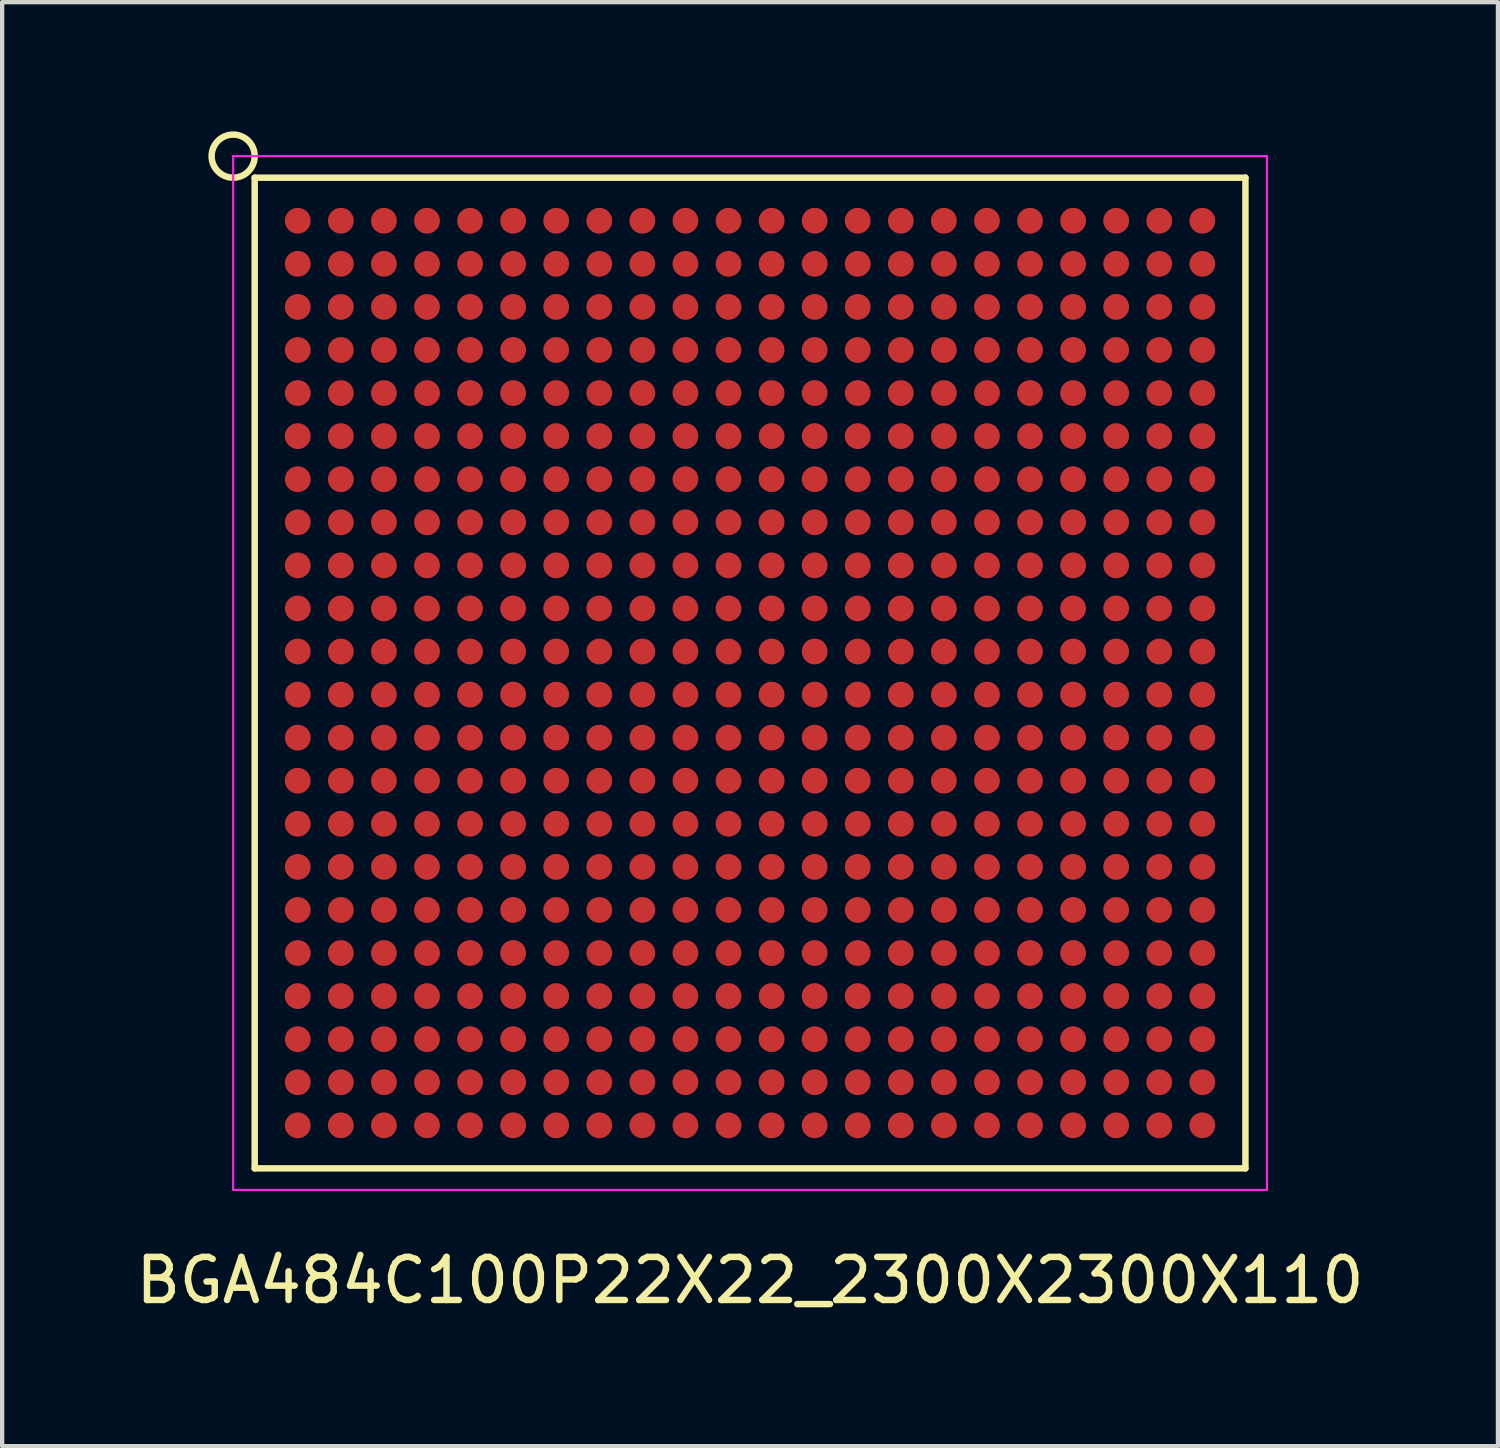
<source format=kicad_pcb>
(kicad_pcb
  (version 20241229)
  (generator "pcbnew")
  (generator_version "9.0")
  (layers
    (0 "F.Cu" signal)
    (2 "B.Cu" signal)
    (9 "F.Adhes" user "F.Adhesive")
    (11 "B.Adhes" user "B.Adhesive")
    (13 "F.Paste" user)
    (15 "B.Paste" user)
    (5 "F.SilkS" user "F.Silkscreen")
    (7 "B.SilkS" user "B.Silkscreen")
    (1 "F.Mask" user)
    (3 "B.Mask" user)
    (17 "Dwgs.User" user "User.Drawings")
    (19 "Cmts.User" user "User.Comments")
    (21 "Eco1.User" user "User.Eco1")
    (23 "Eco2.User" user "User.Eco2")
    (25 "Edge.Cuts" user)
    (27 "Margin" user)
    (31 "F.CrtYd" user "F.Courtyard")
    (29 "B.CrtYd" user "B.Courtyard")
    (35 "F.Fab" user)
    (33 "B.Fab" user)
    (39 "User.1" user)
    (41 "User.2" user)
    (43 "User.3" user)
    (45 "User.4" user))
  (footprint "BGA484C100P22X22_2300X2300X110"
    (layer "F.Cu")
    (at 14.363 12.575)
    (property "Reference" "BGA484C100P22X22_2300X2300X110" (at 0 14.1 0) (layer "F.SilkS") (effects (font (size 1 1) (thickness 0.15))))
    (attr smd)
    (fp_line (start -11.5 -11.5) (end -11.5 11.5) (stroke (width 0.15) (type solid)) (layer "F.SilkS"))
    (fp_line (start -11.5 -11.5) (end 11.5 -11.5) (stroke (width 0.15) (type solid)) (layer "F.SilkS"))
    (fp_line (start -11.5 11.5) (end 11.5 11.5) (stroke (width 0.15) (type solid)) (layer "F.SilkS"))
    (fp_line (start 11.5 -11.5) (end 11.5 11.5) (stroke (width 0.15) (type solid)) (layer "F.SilkS"))
    (fp_circle (center -12 -12) (end -12.5 -12) (stroke (width 0.15) (type solid)) (fill no) (layer "F.SilkS"))
    (fp_line (start -12 -12) (end -12 12) (stroke (width 0.05) (type solid)) (layer "F.CrtYd"))
    (fp_line (start -12 -12) (end 12 -12) (stroke (width 0.05) (type solid)) (layer "F.CrtYd"))
    (fp_line (start -12 12) (end 12 12) (stroke (width 0.05) (type solid)) (layer "F.CrtYd"))
    (fp_line (start 12 -12) (end 12 12) (stroke (width 0.05) (type solid)) (layer "F.CrtYd"))
    (pad "A1" smd circle (at -10.5 -10.5) (size 0.6 0.6) (layers "F.Cu" "F.Mask" "F.Paste"))
    (pad "A2" smd circle (at -9.5 -10.5) (size 0.6 0.6) (layers "F.Cu" "F.Mask" "F.Paste"))
    (pad "A3" smd circle (at -8.5 -10.5) (size 0.6 0.6) (layers "F.Cu" "F.Mask" "F.Paste"))
    (pad "A4" smd circle (at -7.5 -10.5) (size 0.6 0.6) (layers "F.Cu" "F.Mask" "F.Paste"))
    (pad "A5" smd circle (at -6.5 -10.5) (size 0.6 0.6) (layers "F.Cu" "F.Mask" "F.Paste"))
    (pad "A6" smd circle (at -5.5 -10.5) (size 0.6 0.6) (layers "F.Cu" "F.Mask" "F.Paste"))
    (pad "A7" smd circle (at -4.5 -10.5) (size 0.6 0.6) (layers "F.Cu" "F.Mask" "F.Paste"))
    (pad "A8" smd circle (at -3.5 -10.5) (size 0.6 0.6) (layers "F.Cu" "F.Mask" "F.Paste"))
    (pad "A9" smd circle (at -2.5 -10.5) (size 0.6 0.6) (layers "F.Cu" "F.Mask" "F.Paste"))
    (pad "A10" smd circle (at -1.5 -10.5) (size 0.6 0.6) (layers "F.Cu" "F.Mask" "F.Paste"))
    (pad "A11" smd circle (at -0.5 -10.5) (size 0.6 0.6) (layers "F.Cu" "F.Mask" "F.Paste"))
    (pad "A12" smd circle (at 0.5 -10.5) (size 0.6 0.6) (layers "F.Cu" "F.Mask" "F.Paste"))
    (pad "A13" smd circle (at 1.5 -10.5) (size 0.6 0.6) (layers "F.Cu" "F.Mask" "F.Paste"))
    (pad "A14" smd circle (at 2.5 -10.5) (size 0.6 0.6) (layers "F.Cu" "F.Mask" "F.Paste"))
    (pad "A15" smd circle (at 3.5 -10.5) (size 0.6 0.6) (layers "F.Cu" "F.Mask" "F.Paste"))
    (pad "A16" smd circle (at 4.5 -10.5) (size 0.6 0.6) (layers "F.Cu" "F.Mask" "F.Paste"))
    (pad "A17" smd circle (at 5.5 -10.5) (size 0.6 0.6) (layers "F.Cu" "F.Mask" "F.Paste"))
    (pad "A18" smd circle (at 6.5 -10.5) (size 0.6 0.6) (layers "F.Cu" "F.Mask" "F.Paste"))
    (pad "A19" smd circle (at 7.5 -10.5) (size 0.6 0.6) (layers "F.Cu" "F.Mask" "F.Paste"))
    (pad "A20" smd circle (at 8.5 -10.5) (size 0.6 0.6) (layers "F.Cu" "F.Mask" "F.Paste"))
    (pad "A21" smd circle (at 9.5 -10.5) (size 0.6 0.6) (layers "F.Cu" "F.Mask" "F.Paste"))
    (pad "A22" smd circle (at 10.5 -10.5) (size 0.6 0.6) (layers "F.Cu" "F.Mask" "F.Paste"))
    (pad "AA1" smd circle (at -10.5 9.5) (size 0.6 0.6) (layers "F.Cu" "F.Mask" "F.Paste"))
    (pad "AA2" smd circle (at -9.5 9.5) (size 0.6 0.6) (layers "F.Cu" "F.Mask" "F.Paste"))
    (pad "AA3" smd circle (at -8.5 9.5) (size 0.6 0.6) (layers "F.Cu" "F.Mask" "F.Paste"))
    (pad "AA4" smd circle (at -7.5 9.5) (size 0.6 0.6) (layers "F.Cu" "F.Mask" "F.Paste"))
    (pad "AA5" smd circle (at -6.5 9.5) (size 0.6 0.6) (layers "F.Cu" "F.Mask" "F.Paste"))
    (pad "AA6" smd circle (at -5.5 9.5) (size 0.6 0.6) (layers "F.Cu" "F.Mask" "F.Paste"))
    (pad "AA7" smd circle (at -4.5 9.5) (size 0.6 0.6) (layers "F.Cu" "F.Mask" "F.Paste"))
    (pad "AA8" smd circle (at -3.5 9.5) (size 0.6 0.6) (layers "F.Cu" "F.Mask" "F.Paste"))
    (pad "AA9" smd circle (at -2.5 9.5) (size 0.6 0.6) (layers "F.Cu" "F.Mask" "F.Paste"))
    (pad "AA10" smd circle (at -1.5 9.5) (size 0.6 0.6) (layers "F.Cu" "F.Mask" "F.Paste"))
    (pad "AA11" smd circle (at -0.5 9.5) (size 0.6 0.6) (layers "F.Cu" "F.Mask" "F.Paste"))
    (pad "AA12" smd circle (at 0.5 9.5) (size 0.6 0.6) (layers "F.Cu" "F.Mask" "F.Paste"))
    (pad "AA13" smd circle (at 1.5 9.5) (size 0.6 0.6) (layers "F.Cu" "F.Mask" "F.Paste"))
    (pad "AA14" smd circle (at 2.5 9.5) (size 0.6 0.6) (layers "F.Cu" "F.Mask" "F.Paste"))
    (pad "AA15" smd circle (at 3.5 9.5) (size 0.6 0.6) (layers "F.Cu" "F.Mask" "F.Paste"))
    (pad "AA16" smd circle (at 4.5 9.5) (size 0.6 0.6) (layers "F.Cu" "F.Mask" "F.Paste"))
    (pad "AA17" smd circle (at 5.5 9.5) (size 0.6 0.6) (layers "F.Cu" "F.Mask" "F.Paste"))
    (pad "AA18" smd circle (at 6.5 9.5) (size 0.6 0.6) (layers "F.Cu" "F.Mask" "F.Paste"))
    (pad "AA19" smd circle (at 7.5 9.5) (size 0.6 0.6) (layers "F.Cu" "F.Mask" "F.Paste"))
    (pad "AA20" smd circle (at 8.5 9.5) (size 0.6 0.6) (layers "F.Cu" "F.Mask" "F.Paste"))
    (pad "AA21" smd circle (at 9.5 9.5) (size 0.6 0.6) (layers "F.Cu" "F.Mask" "F.Paste"))
    (pad "AA22" smd circle (at 10.5 9.5) (size 0.6 0.6) (layers "F.Cu" "F.Mask" "F.Paste"))
    (pad "AB1" smd circle (at -10.5 10.5) (size 0.6 0.6) (layers "F.Cu" "F.Mask" "F.Paste"))
    (pad "AB2" smd circle (at -9.5 10.5) (size 0.6 0.6) (layers "F.Cu" "F.Mask" "F.Paste"))
    (pad "AB3" smd circle (at -8.5 10.5) (size 0.6 0.6) (layers "F.Cu" "F.Mask" "F.Paste"))
    (pad "AB4" smd circle (at -7.5 10.5) (size 0.6 0.6) (layers "F.Cu" "F.Mask" "F.Paste"))
    (pad "AB5" smd circle (at -6.5 10.5) (size 0.6 0.6) (layers "F.Cu" "F.Mask" "F.Paste"))
    (pad "AB6" smd circle (at -5.5 10.5) (size 0.6 0.6) (layers "F.Cu" "F.Mask" "F.Paste"))
    (pad "AB7" smd circle (at -4.5 10.5) (size 0.6 0.6) (layers "F.Cu" "F.Mask" "F.Paste"))
    (pad "AB8" smd circle (at -3.5 10.5) (size 0.6 0.6) (layers "F.Cu" "F.Mask" "F.Paste"))
    (pad "AB9" smd circle (at -2.5 10.5) (size 0.6 0.6) (layers "F.Cu" "F.Mask" "F.Paste"))
    (pad "AB10" smd circle (at -1.5 10.5) (size 0.6 0.6) (layers "F.Cu" "F.Mask" "F.Paste"))
    (pad "AB11" smd circle (at -0.5 10.5) (size 0.6 0.6) (layers "F.Cu" "F.Mask" "F.Paste"))
    (pad "AB12" smd circle (at 0.5 10.5) (size 0.6 0.6) (layers "F.Cu" "F.Mask" "F.Paste"))
    (pad "AB13" smd circle (at 1.5 10.5) (size 0.6 0.6) (layers "F.Cu" "F.Mask" "F.Paste"))
    (pad "AB14" smd circle (at 2.5 10.5) (size 0.6 0.6) (layers "F.Cu" "F.Mask" "F.Paste"))
    (pad "AB15" smd circle (at 3.5 10.5) (size 0.6 0.6) (layers "F.Cu" "F.Mask" "F.Paste"))
    (pad "AB16" smd circle (at 4.5 10.5) (size 0.6 0.6) (layers "F.Cu" "F.Mask" "F.Paste"))
    (pad "AB17" smd circle (at 5.5 10.5) (size 0.6 0.6) (layers "F.Cu" "F.Mask" "F.Paste"))
    (pad "AB18" smd circle (at 6.5 10.5) (size 0.6 0.6) (layers "F.Cu" "F.Mask" "F.Paste"))
    (pad "AB19" smd circle (at 7.5 10.5) (size 0.6 0.6) (layers "F.Cu" "F.Mask" "F.Paste"))
    (pad "AB20" smd circle (at 8.5 10.5) (size 0.6 0.6) (layers "F.Cu" "F.Mask" "F.Paste"))
    (pad "AB21" smd circle (at 9.5 10.5) (size 0.6 0.6) (layers "F.Cu" "F.Mask" "F.Paste"))
    (pad "AB22" smd circle (at 10.5 10.5) (size 0.6 0.6) (layers "F.Cu" "F.Mask" "F.Paste"))
    (pad "B1" smd circle (at -10.5 -9.5) (size 0.6 0.6) (layers "F.Cu" "F.Mask" "F.Paste"))
    (pad "B2" smd circle (at -9.5 -9.5) (size 0.6 0.6) (layers "F.Cu" "F.Mask" "F.Paste"))
    (pad "B3" smd circle (at -8.5 -9.5) (size 0.6 0.6) (layers "F.Cu" "F.Mask" "F.Paste"))
    (pad "B4" smd circle (at -7.5 -9.5) (size 0.6 0.6) (layers "F.Cu" "F.Mask" "F.Paste"))
    (pad "B5" smd circle (at -6.5 -9.5) (size 0.6 0.6) (layers "F.Cu" "F.Mask" "F.Paste"))
    (pad "B6" smd circle (at -5.5 -9.5) (size 0.6 0.6) (layers "F.Cu" "F.Mask" "F.Paste"))
    (pad "B7" smd circle (at -4.5 -9.5) (size 0.6 0.6) (layers "F.Cu" "F.Mask" "F.Paste"))
    (pad "B8" smd circle (at -3.5 -9.5) (size 0.6 0.6) (layers "F.Cu" "F.Mask" "F.Paste"))
    (pad "B9" smd circle (at -2.5 -9.5) (size 0.6 0.6) (layers "F.Cu" "F.Mask" "F.Paste"))
    (pad "B10" smd circle (at -1.5 -9.5) (size 0.6 0.6) (layers "F.Cu" "F.Mask" "F.Paste"))
    (pad "B11" smd circle (at -0.5 -9.5) (size 0.6 0.6) (layers "F.Cu" "F.Mask" "F.Paste"))
    (pad "B12" smd circle (at 0.5 -9.5) (size 0.6 0.6) (layers "F.Cu" "F.Mask" "F.Paste"))
    (pad "B13" smd circle (at 1.5 -9.5) (size 0.6 0.6) (layers "F.Cu" "F.Mask" "F.Paste"))
    (pad "B14" smd circle (at 2.5 -9.5) (size 0.6 0.6) (layers "F.Cu" "F.Mask" "F.Paste"))
    (pad "B15" smd circle (at 3.5 -9.5) (size 0.6 0.6) (layers "F.Cu" "F.Mask" "F.Paste"))
    (pad "B16" smd circle (at 4.5 -9.5) (size 0.6 0.6) (layers "F.Cu" "F.Mask" "F.Paste"))
    (pad "B17" smd circle (at 5.5 -9.5) (size 0.6 0.6) (layers "F.Cu" "F.Mask" "F.Paste"))
    (pad "B18" smd circle (at 6.5 -9.5) (size 0.6 0.6) (layers "F.Cu" "F.Mask" "F.Paste"))
    (pad "B19" smd circle (at 7.5 -9.5) (size 0.6 0.6) (layers "F.Cu" "F.Mask" "F.Paste"))
    (pad "B20" smd circle (at 8.5 -9.5) (size 0.6 0.6) (layers "F.Cu" "F.Mask" "F.Paste"))
    (pad "B21" smd circle (at 9.5 -9.5) (size 0.6 0.6) (layers "F.Cu" "F.Mask" "F.Paste"))
    (pad "B22" smd circle (at 10.5 -9.5) (size 0.6 0.6) (layers "F.Cu" "F.Mask" "F.Paste"))
    (pad "C1" smd circle (at -10.5 -8.5) (size 0.6 0.6) (layers "F.Cu" "F.Mask" "F.Paste"))
    (pad "C2" smd circle (at -9.5 -8.5) (size 0.6 0.6) (layers "F.Cu" "F.Mask" "F.Paste"))
    (pad "C3" smd circle (at -8.5 -8.5) (size 0.6 0.6) (layers "F.Cu" "F.Mask" "F.Paste"))
    (pad "C4" smd circle (at -7.5 -8.5) (size 0.6 0.6) (layers "F.Cu" "F.Mask" "F.Paste"))
    (pad "C5" smd circle (at -6.5 -8.5) (size 0.6 0.6) (layers "F.Cu" "F.Mask" "F.Paste"))
    (pad "C6" smd circle (at -5.5 -8.5) (size 0.6 0.6) (layers "F.Cu" "F.Mask" "F.Paste"))
    (pad "C7" smd circle (at -4.5 -8.5) (size 0.6 0.6) (layers "F.Cu" "F.Mask" "F.Paste"))
    (pad "C8" smd circle (at -3.5 -8.5) (size 0.6 0.6) (layers "F.Cu" "F.Mask" "F.Paste"))
    (pad "C9" smd circle (at -2.5 -8.5) (size 0.6 0.6) (layers "F.Cu" "F.Mask" "F.Paste"))
    (pad "C10" smd circle (at -1.5 -8.5) (size 0.6 0.6) (layers "F.Cu" "F.Mask" "F.Paste"))
    (pad "C11" smd circle (at -0.5 -8.5) (size 0.6 0.6) (layers "F.Cu" "F.Mask" "F.Paste"))
    (pad "C12" smd circle (at 0.5 -8.5) (size 0.6 0.6) (layers "F.Cu" "F.Mask" "F.Paste"))
    (pad "C13" smd circle (at 1.5 -8.5) (size 0.6 0.6) (layers "F.Cu" "F.Mask" "F.Paste"))
    (pad "C14" smd circle (at 2.5 -8.5) (size 0.6 0.6) (layers "F.Cu" "F.Mask" "F.Paste"))
    (pad "C15" smd circle (at 3.5 -8.5) (size 0.6 0.6) (layers "F.Cu" "F.Mask" "F.Paste"))
    (pad "C16" smd circle (at 4.5 -8.5) (size 0.6 0.6) (layers "F.Cu" "F.Mask" "F.Paste"))
    (pad "C17" smd circle (at 5.5 -8.5) (size 0.6 0.6) (layers "F.Cu" "F.Mask" "F.Paste"))
    (pad "C18" smd circle (at 6.5 -8.5) (size 0.6 0.6) (layers "F.Cu" "F.Mask" "F.Paste"))
    (pad "C19" smd circle (at 7.5 -8.5) (size 0.6 0.6) (layers "F.Cu" "F.Mask" "F.Paste"))
    (pad "C20" smd circle (at 8.5 -8.5) (size 0.6 0.6) (layers "F.Cu" "F.Mask" "F.Paste"))
    (pad "C21" smd circle (at 9.5 -8.5) (size 0.6 0.6) (layers "F.Cu" "F.Mask" "F.Paste"))
    (pad "C22" smd circle (at 10.5 -8.5) (size 0.6 0.6) (layers "F.Cu" "F.Mask" "F.Paste"))
    (pad "D1" smd circle (at -10.5 -7.5) (size 0.6 0.6) (layers "F.Cu" "F.Mask" "F.Paste"))
    (pad "D2" smd circle (at -9.5 -7.5) (size 0.6 0.6) (layers "F.Cu" "F.Mask" "F.Paste"))
    (pad "D3" smd circle (at -8.5 -7.5) (size 0.6 0.6) (layers "F.Cu" "F.Mask" "F.Paste"))
    (pad "D4" smd circle (at -7.5 -7.5) (size 0.6 0.6) (layers "F.Cu" "F.Mask" "F.Paste"))
    (pad "D5" smd circle (at -6.5 -7.5) (size 0.6 0.6) (layers "F.Cu" "F.Mask" "F.Paste"))
    (pad "D6" smd circle (at -5.5 -7.5) (size 0.6 0.6) (layers "F.Cu" "F.Mask" "F.Paste"))
    (pad "D7" smd circle (at -4.5 -7.5) (size 0.6 0.6) (layers "F.Cu" "F.Mask" "F.Paste"))
    (pad "D8" smd circle (at -3.5 -7.5) (size 0.6 0.6) (layers "F.Cu" "F.Mask" "F.Paste"))
    (pad "D9" smd circle (at -2.5 -7.5) (size 0.6 0.6) (layers "F.Cu" "F.Mask" "F.Paste"))
    (pad "D10" smd circle (at -1.5 -7.5) (size 0.6 0.6) (layers "F.Cu" "F.Mask" "F.Paste"))
    (pad "D11" smd circle (at -0.5 -7.5) (size 0.6 0.6) (layers "F.Cu" "F.Mask" "F.Paste"))
    (pad "D12" smd circle (at 0.5 -7.5) (size 0.6 0.6) (layers "F.Cu" "F.Mask" "F.Paste"))
    (pad "D13" smd circle (at 1.5 -7.5) (size 0.6 0.6) (layers "F.Cu" "F.Mask" "F.Paste"))
    (pad "D14" smd circle (at 2.5 -7.5) (size 0.6 0.6) (layers "F.Cu" "F.Mask" "F.Paste"))
    (pad "D15" smd circle (at 3.5 -7.5) (size 0.6 0.6) (layers "F.Cu" "F.Mask" "F.Paste"))
    (pad "D16" smd circle (at 4.5 -7.5) (size 0.6 0.6) (layers "F.Cu" "F.Mask" "F.Paste"))
    (pad "D17" smd circle (at 5.5 -7.5) (size 0.6 0.6) (layers "F.Cu" "F.Mask" "F.Paste"))
    (pad "D18" smd circle (at 6.5 -7.5) (size 0.6 0.6) (layers "F.Cu" "F.Mask" "F.Paste"))
    (pad "D19" smd circle (at 7.5 -7.5) (size 0.6 0.6) (layers "F.Cu" "F.Mask" "F.Paste"))
    (pad "D20" smd circle (at 8.5 -7.5) (size 0.6 0.6) (layers "F.Cu" "F.Mask" "F.Paste"))
    (pad "D21" smd circle (at 9.5 -7.5) (size 0.6 0.6) (layers "F.Cu" "F.Mask" "F.Paste"))
    (pad "D22" smd circle (at 10.5 -7.5) (size 0.6 0.6) (layers "F.Cu" "F.Mask" "F.Paste"))
    (pad "E1" smd circle (at -10.5 -6.5) (size 0.6 0.6) (layers "F.Cu" "F.Mask" "F.Paste"))
    (pad "E2" smd circle (at -9.5 -6.5) (size 0.6 0.6) (layers "F.Cu" "F.Mask" "F.Paste"))
    (pad "E3" smd circle (at -8.5 -6.5) (size 0.6 0.6) (layers "F.Cu" "F.Mask" "F.Paste"))
    (pad "E4" smd circle (at -7.5 -6.5) (size 0.6 0.6) (layers "F.Cu" "F.Mask" "F.Paste"))
    (pad "E5" smd circle (at -6.5 -6.5) (size 0.6 0.6) (layers "F.Cu" "F.Mask" "F.Paste"))
    (pad "E6" smd circle (at -5.5 -6.5) (size 0.6 0.6) (layers "F.Cu" "F.Mask" "F.Paste"))
    (pad "E7" smd circle (at -4.5 -6.5) (size 0.6 0.6) (layers "F.Cu" "F.Mask" "F.Paste"))
    (pad "E8" smd circle (at -3.5 -6.5) (size 0.6 0.6) (layers "F.Cu" "F.Mask" "F.Paste"))
    (pad "E9" smd circle (at -2.5 -6.5) (size 0.6 0.6) (layers "F.Cu" "F.Mask" "F.Paste"))
    (pad "E10" smd circle (at -1.5 -6.5) (size 0.6 0.6) (layers "F.Cu" "F.Mask" "F.Paste"))
    (pad "E11" smd circle (at -0.5 -6.5) (size 0.6 0.6) (layers "F.Cu" "F.Mask" "F.Paste"))
    (pad "E12" smd circle (at 0.5 -6.5) (size 0.6 0.6) (layers "F.Cu" "F.Mask" "F.Paste"))
    (pad "E13" smd circle (at 1.5 -6.5) (size 0.6 0.6) (layers "F.Cu" "F.Mask" "F.Paste"))
    (pad "E14" smd circle (at 2.5 -6.5) (size 0.6 0.6) (layers "F.Cu" "F.Mask" "F.Paste"))
    (pad "E15" smd circle (at 3.5 -6.5) (size 0.6 0.6) (layers "F.Cu" "F.Mask" "F.Paste"))
    (pad "E16" smd circle (at 4.5 -6.5) (size 0.6 0.6) (layers "F.Cu" "F.Mask" "F.Paste"))
    (pad "E17" smd circle (at 5.5 -6.5) (size 0.6 0.6) (layers "F.Cu" "F.Mask" "F.Paste"))
    (pad "E18" smd circle (at 6.5 -6.5) (size 0.6 0.6) (layers "F.Cu" "F.Mask" "F.Paste"))
    (pad "E19" smd circle (at 7.5 -6.5) (size 0.6 0.6) (layers "F.Cu" "F.Mask" "F.Paste"))
    (pad "E20" smd circle (at 8.5 -6.5) (size 0.6 0.6) (layers "F.Cu" "F.Mask" "F.Paste"))
    (pad "E21" smd circle (at 9.5 -6.5) (size 0.6 0.6) (layers "F.Cu" "F.Mask" "F.Paste"))
    (pad "E22" smd circle (at 10.5 -6.5) (size 0.6 0.6) (layers "F.Cu" "F.Mask" "F.Paste"))
    (pad "F1" smd circle (at -10.5 -5.5) (size 0.6 0.6) (layers "F.Cu" "F.Mask" "F.Paste"))
    (pad "F2" smd circle (at -9.5 -5.5) (size 0.6 0.6) (layers "F.Cu" "F.Mask" "F.Paste"))
    (pad "F3" smd circle (at -8.5 -5.5) (size 0.6 0.6) (layers "F.Cu" "F.Mask" "F.Paste"))
    (pad "F4" smd circle (at -7.5 -5.5) (size 0.6 0.6) (layers "F.Cu" "F.Mask" "F.Paste"))
    (pad "F5" smd circle (at -6.5 -5.5) (size 0.6 0.6) (layers "F.Cu" "F.Mask" "F.Paste"))
    (pad "F6" smd circle (at -5.5 -5.5) (size 0.6 0.6) (layers "F.Cu" "F.Mask" "F.Paste"))
    (pad "F7" smd circle (at -4.5 -5.5) (size 0.6 0.6) (layers "F.Cu" "F.Mask" "F.Paste"))
    (pad "F8" smd circle (at -3.5 -5.5) (size 0.6 0.6) (layers "F.Cu" "F.Mask" "F.Paste"))
    (pad "F9" smd circle (at -2.5 -5.5) (size 0.6 0.6) (layers "F.Cu" "F.Mask" "F.Paste"))
    (pad "F10" smd circle (at -1.5 -5.5) (size 0.6 0.6) (layers "F.Cu" "F.Mask" "F.Paste"))
    (pad "F11" smd circle (at -0.5 -5.5) (size 0.6 0.6) (layers "F.Cu" "F.Mask" "F.Paste"))
    (pad "F12" smd circle (at 0.5 -5.5) (size 0.6 0.6) (layers "F.Cu" "F.Mask" "F.Paste"))
    (pad "F13" smd circle (at 1.5 -5.5) (size 0.6 0.6) (layers "F.Cu" "F.Mask" "F.Paste"))
    (pad "F14" smd circle (at 2.5 -5.5) (size 0.6 0.6) (layers "F.Cu" "F.Mask" "F.Paste"))
    (pad "F15" smd circle (at 3.5 -5.5) (size 0.6 0.6) (layers "F.Cu" "F.Mask" "F.Paste"))
    (pad "F16" smd circle (at 4.5 -5.5) (size 0.6 0.6) (layers "F.Cu" "F.Mask" "F.Paste"))
    (pad "F17" smd circle (at 5.5 -5.5) (size 0.6 0.6) (layers "F.Cu" "F.Mask" "F.Paste"))
    (pad "F18" smd circle (at 6.5 -5.5) (size 0.6 0.6) (layers "F.Cu" "F.Mask" "F.Paste"))
    (pad "F19" smd circle (at 7.5 -5.5) (size 0.6 0.6) (layers "F.Cu" "F.Mask" "F.Paste"))
    (pad "F20" smd circle (at 8.5 -5.5) (size 0.6 0.6) (layers "F.Cu" "F.Mask" "F.Paste"))
    (pad "F21" smd circle (at 9.5 -5.5) (size 0.6 0.6) (layers "F.Cu" "F.Mask" "F.Paste"))
    (pad "F22" smd circle (at 10.5 -5.5) (size 0.6 0.6) (layers "F.Cu" "F.Mask" "F.Paste"))
    (pad "G1" smd circle (at -10.5 -4.5) (size 0.6 0.6) (layers "F.Cu" "F.Mask" "F.Paste"))
    (pad "G2" smd circle (at -9.5 -4.5) (size 0.6 0.6) (layers "F.Cu" "F.Mask" "F.Paste"))
    (pad "G3" smd circle (at -8.5 -4.5) (size 0.6 0.6) (layers "F.Cu" "F.Mask" "F.Paste"))
    (pad "G4" smd circle (at -7.5 -4.5) (size 0.6 0.6) (layers "F.Cu" "F.Mask" "F.Paste"))
    (pad "G5" smd circle (at -6.5 -4.5) (size 0.6 0.6) (layers "F.Cu" "F.Mask" "F.Paste"))
    (pad "G6" smd circle (at -5.5 -4.5) (size 0.6 0.6) (layers "F.Cu" "F.Mask" "F.Paste"))
    (pad "G7" smd circle (at -4.5 -4.5) (size 0.6 0.6) (layers "F.Cu" "F.Mask" "F.Paste"))
    (pad "G8" smd circle (at -3.5 -4.5) (size 0.6 0.6) (layers "F.Cu" "F.Mask" "F.Paste"))
    (pad "G9" smd circle (at -2.5 -4.5) (size 0.6 0.6) (layers "F.Cu" "F.Mask" "F.Paste"))
    (pad "G10" smd circle (at -1.5 -4.5) (size 0.6 0.6) (layers "F.Cu" "F.Mask" "F.Paste"))
    (pad "G11" smd circle (at -0.5 -4.5) (size 0.6 0.6) (layers "F.Cu" "F.Mask" "F.Paste"))
    (pad "G12" smd circle (at 0.5 -4.5) (size 0.6 0.6) (layers "F.Cu" "F.Mask" "F.Paste"))
    (pad "G13" smd circle (at 1.5 -4.5) (size 0.6 0.6) (layers "F.Cu" "F.Mask" "F.Paste"))
    (pad "G14" smd circle (at 2.5 -4.5) (size 0.6 0.6) (layers "F.Cu" "F.Mask" "F.Paste"))
    (pad "G15" smd circle (at 3.5 -4.5) (size 0.6 0.6) (layers "F.Cu" "F.Mask" "F.Paste"))
    (pad "G16" smd circle (at 4.5 -4.5) (size 0.6 0.6) (layers "F.Cu" "F.Mask" "F.Paste"))
    (pad "G17" smd circle (at 5.5 -4.5) (size 0.6 0.6) (layers "F.Cu" "F.Mask" "F.Paste"))
    (pad "G18" smd circle (at 6.5 -4.5) (size 0.6 0.6) (layers "F.Cu" "F.Mask" "F.Paste"))
    (pad "G19" smd circle (at 7.5 -4.5) (size 0.6 0.6) (layers "F.Cu" "F.Mask" "F.Paste"))
    (pad "G20" smd circle (at 8.5 -4.5) (size 0.6 0.6) (layers "F.Cu" "F.Mask" "F.Paste"))
    (pad "G21" smd circle (at 9.5 -4.5) (size 0.6 0.6) (layers "F.Cu" "F.Mask" "F.Paste"))
    (pad "G22" smd circle (at 10.5 -4.5) (size 0.6 0.6) (layers "F.Cu" "F.Mask" "F.Paste"))
    (pad "H1" smd circle (at -10.5 -3.5) (size 0.6 0.6) (layers "F.Cu" "F.Mask" "F.Paste"))
    (pad "H2" smd circle (at -9.5 -3.5) (size 0.6 0.6) (layers "F.Cu" "F.Mask" "F.Paste"))
    (pad "H3" smd circle (at -8.5 -3.5) (size 0.6 0.6) (layers "F.Cu" "F.Mask" "F.Paste"))
    (pad "H4" smd circle (at -7.5 -3.5) (size 0.6 0.6) (layers "F.Cu" "F.Mask" "F.Paste"))
    (pad "H5" smd circle (at -6.5 -3.5) (size 0.6 0.6) (layers "F.Cu" "F.Mask" "F.Paste"))
    (pad "H6" smd circle (at -5.5 -3.5) (size 0.6 0.6) (layers "F.Cu" "F.Mask" "F.Paste"))
    (pad "H7" smd circle (at -4.5 -3.5) (size 0.6 0.6) (layers "F.Cu" "F.Mask" "F.Paste"))
    (pad "H8" smd circle (at -3.5 -3.5) (size 0.6 0.6) (layers "F.Cu" "F.Mask" "F.Paste"))
    (pad "H9" smd circle (at -2.5 -3.5) (size 0.6 0.6) (layers "F.Cu" "F.Mask" "F.Paste"))
    (pad "H10" smd circle (at -1.5 -3.5) (size 0.6 0.6) (layers "F.Cu" "F.Mask" "F.Paste"))
    (pad "H11" smd circle (at -0.5 -3.5) (size 0.6 0.6) (layers "F.Cu" "F.Mask" "F.Paste"))
    (pad "H12" smd circle (at 0.5 -3.5) (size 0.6 0.6) (layers "F.Cu" "F.Mask" "F.Paste"))
    (pad "H13" smd circle (at 1.5 -3.5) (size 0.6 0.6) (layers "F.Cu" "F.Mask" "F.Paste"))
    (pad "H14" smd circle (at 2.5 -3.5) (size 0.6 0.6) (layers "F.Cu" "F.Mask" "F.Paste"))
    (pad "H15" smd circle (at 3.5 -3.5) (size 0.6 0.6) (layers "F.Cu" "F.Mask" "F.Paste"))
    (pad "H16" smd circle (at 4.5 -3.5) (size 0.6 0.6) (layers "F.Cu" "F.Mask" "F.Paste"))
    (pad "H17" smd circle (at 5.5 -3.5) (size 0.6 0.6) (layers "F.Cu" "F.Mask" "F.Paste"))
    (pad "H18" smd circle (at 6.5 -3.5) (size 0.6 0.6) (layers "F.Cu" "F.Mask" "F.Paste"))
    (pad "H19" smd circle (at 7.5 -3.5) (size 0.6 0.6) (layers "F.Cu" "F.Mask" "F.Paste"))
    (pad "H20" smd circle (at 8.5 -3.5) (size 0.6 0.6) (layers "F.Cu" "F.Mask" "F.Paste"))
    (pad "H21" smd circle (at 9.5 -3.5) (size 0.6 0.6) (layers "F.Cu" "F.Mask" "F.Paste"))
    (pad "H22" smd circle (at 10.5 -3.5) (size 0.6 0.6) (layers "F.Cu" "F.Mask" "F.Paste"))
    (pad "J1" smd circle (at -10.5 -2.5) (size 0.6 0.6) (layers "F.Cu" "F.Mask" "F.Paste"))
    (pad "J2" smd circle (at -9.5 -2.5) (size 0.6 0.6) (layers "F.Cu" "F.Mask" "F.Paste"))
    (pad "J3" smd circle (at -8.5 -2.5) (size 0.6 0.6) (layers "F.Cu" "F.Mask" "F.Paste"))
    (pad "J4" smd circle (at -7.5 -2.5) (size 0.6 0.6) (layers "F.Cu" "F.Mask" "F.Paste"))
    (pad "J5" smd circle (at -6.5 -2.5) (size 0.6 0.6) (layers "F.Cu" "F.Mask" "F.Paste"))
    (pad "J6" smd circle (at -5.5 -2.5) (size 0.6 0.6) (layers "F.Cu" "F.Mask" "F.Paste"))
    (pad "J7" smd circle (at -4.5 -2.5) (size 0.6 0.6) (layers "F.Cu" "F.Mask" "F.Paste"))
    (pad "J8" smd circle (at -3.5 -2.5) (size 0.6 0.6) (layers "F.Cu" "F.Mask" "F.Paste"))
    (pad "J9" smd circle (at -2.5 -2.5) (size 0.6 0.6) (layers "F.Cu" "F.Mask" "F.Paste"))
    (pad "J10" smd circle (at -1.5 -2.5) (size 0.6 0.6) (layers "F.Cu" "F.Mask" "F.Paste"))
    (pad "J11" smd circle (at -0.5 -2.5) (size 0.6 0.6) (layers "F.Cu" "F.Mask" "F.Paste"))
    (pad "J12" smd circle (at 0.5 -2.5) (size 0.6 0.6) (layers "F.Cu" "F.Mask" "F.Paste"))
    (pad "J13" smd circle (at 1.5 -2.5) (size 0.6 0.6) (layers "F.Cu" "F.Mask" "F.Paste"))
    (pad "J14" smd circle (at 2.5 -2.5) (size 0.6 0.6) (layers "F.Cu" "F.Mask" "F.Paste"))
    (pad "J15" smd circle (at 3.5 -2.5) (size 0.6 0.6) (layers "F.Cu" "F.Mask" "F.Paste"))
    (pad "J16" smd circle (at 4.5 -2.5) (size 0.6 0.6) (layers "F.Cu" "F.Mask" "F.Paste"))
    (pad "J17" smd circle (at 5.5 -2.5) (size 0.6 0.6) (layers "F.Cu" "F.Mask" "F.Paste"))
    (pad "J18" smd circle (at 6.5 -2.5) (size 0.6 0.6) (layers "F.Cu" "F.Mask" "F.Paste"))
    (pad "J19" smd circle (at 7.5 -2.5) (size 0.6 0.6) (layers "F.Cu" "F.Mask" "F.Paste"))
    (pad "J20" smd circle (at 8.5 -2.5) (size 0.6 0.6) (layers "F.Cu" "F.Mask" "F.Paste"))
    (pad "J21" smd circle (at 9.5 -2.5) (size 0.6 0.6) (layers "F.Cu" "F.Mask" "F.Paste"))
    (pad "J22" smd circle (at 10.5 -2.5) (size 0.6 0.6) (layers "F.Cu" "F.Mask" "F.Paste"))
    (pad "K1" smd circle (at -10.5 -1.5) (size 0.6 0.6) (layers "F.Cu" "F.Mask" "F.Paste"))
    (pad "K2" smd circle (at -9.5 -1.5) (size 0.6 0.6) (layers "F.Cu" "F.Mask" "F.Paste"))
    (pad "K3" smd circle (at -8.5 -1.5) (size 0.6 0.6) (layers "F.Cu" "F.Mask" "F.Paste"))
    (pad "K4" smd circle (at -7.5 -1.5) (size 0.6 0.6) (layers "F.Cu" "F.Mask" "F.Paste"))
    (pad "K5" smd circle (at -6.5 -1.5) (size 0.6 0.6) (layers "F.Cu" "F.Mask" "F.Paste"))
    (pad "K6" smd circle (at -5.5 -1.5) (size 0.6 0.6) (layers "F.Cu" "F.Mask" "F.Paste"))
    (pad "K7" smd circle (at -4.5 -1.5) (size 0.6 0.6) (layers "F.Cu" "F.Mask" "F.Paste"))
    (pad "K8" smd circle (at -3.5 -1.5) (size 0.6 0.6) (layers "F.Cu" "F.Mask" "F.Paste"))
    (pad "K9" smd circle (at -2.5 -1.5) (size 0.6 0.6) (layers "F.Cu" "F.Mask" "F.Paste"))
    (pad "K10" smd circle (at -1.5 -1.5) (size 0.6 0.6) (layers "F.Cu" "F.Mask" "F.Paste"))
    (pad "K11" smd circle (at -0.5 -1.5) (size 0.6 0.6) (layers "F.Cu" "F.Mask" "F.Paste"))
    (pad "K12" smd circle (at 0.5 -1.5) (size 0.6 0.6) (layers "F.Cu" "F.Mask" "F.Paste"))
    (pad "K13" smd circle (at 1.5 -1.5) (size 0.6 0.6) (layers "F.Cu" "F.Mask" "F.Paste"))
    (pad "K14" smd circle (at 2.5 -1.5) (size 0.6 0.6) (layers "F.Cu" "F.Mask" "F.Paste"))
    (pad "K15" smd circle (at 3.5 -1.5) (size 0.6 0.6) (layers "F.Cu" "F.Mask" "F.Paste"))
    (pad "K16" smd circle (at 4.5 -1.5) (size 0.6 0.6) (layers "F.Cu" "F.Mask" "F.Paste"))
    (pad "K17" smd circle (at 5.5 -1.5) (size 0.6 0.6) (layers "F.Cu" "F.Mask" "F.Paste"))
    (pad "K18" smd circle (at 6.5 -1.5) (size 0.6 0.6) (layers "F.Cu" "F.Mask" "F.Paste"))
    (pad "K19" smd circle (at 7.5 -1.5) (size 0.6 0.6) (layers "F.Cu" "F.Mask" "F.Paste"))
    (pad "K20" smd circle (at 8.5 -1.5) (size 0.6 0.6) (layers "F.Cu" "F.Mask" "F.Paste"))
    (pad "K21" smd circle (at 9.5 -1.5) (size 0.6 0.6) (layers "F.Cu" "F.Mask" "F.Paste"))
    (pad "K22" smd circle (at 10.5 -1.5) (size 0.6 0.6) (layers "F.Cu" "F.Mask" "F.Paste"))
    (pad "L1" smd circle (at -10.5 -0.5) (size 0.6 0.6) (layers "F.Cu" "F.Mask" "F.Paste"))
    (pad "L2" smd circle (at -9.5 -0.5) (size 0.6 0.6) (layers "F.Cu" "F.Mask" "F.Paste"))
    (pad "L3" smd circle (at -8.5 -0.5) (size 0.6 0.6) (layers "F.Cu" "F.Mask" "F.Paste"))
    (pad "L4" smd circle (at -7.5 -0.5) (size 0.6 0.6) (layers "F.Cu" "F.Mask" "F.Paste"))
    (pad "L5" smd circle (at -6.5 -0.5) (size 0.6 0.6) (layers "F.Cu" "F.Mask" "F.Paste"))
    (pad "L6" smd circle (at -5.5 -0.5) (size 0.6 0.6) (layers "F.Cu" "F.Mask" "F.Paste"))
    (pad "L7" smd circle (at -4.5 -0.5) (size 0.6 0.6) (layers "F.Cu" "F.Mask" "F.Paste"))
    (pad "L8" smd circle (at -3.5 -0.5) (size 0.6 0.6) (layers "F.Cu" "F.Mask" "F.Paste"))
    (pad "L9" smd circle (at -2.5 -0.5) (size 0.6 0.6) (layers "F.Cu" "F.Mask" "F.Paste"))
    (pad "L10" smd circle (at -1.5 -0.5) (size 0.6 0.6) (layers "F.Cu" "F.Mask" "F.Paste"))
    (pad "L11" smd circle (at -0.5 -0.5) (size 0.6 0.6) (layers "F.Cu" "F.Mask" "F.Paste"))
    (pad "L12" smd circle (at 0.5 -0.5) (size 0.6 0.6) (layers "F.Cu" "F.Mask" "F.Paste"))
    (pad "L13" smd circle (at 1.5 -0.5) (size 0.6 0.6) (layers "F.Cu" "F.Mask" "F.Paste"))
    (pad "L14" smd circle (at 2.5 -0.5) (size 0.6 0.6) (layers "F.Cu" "F.Mask" "F.Paste"))
    (pad "L15" smd circle (at 3.5 -0.5) (size 0.6 0.6) (layers "F.Cu" "F.Mask" "F.Paste"))
    (pad "L16" smd circle (at 4.5 -0.5) (size 0.6 0.6) (layers "F.Cu" "F.Mask" "F.Paste"))
    (pad "L17" smd circle (at 5.5 -0.5) (size 0.6 0.6) (layers "F.Cu" "F.Mask" "F.Paste"))
    (pad "L18" smd circle (at 6.5 -0.5) (size 0.6 0.6) (layers "F.Cu" "F.Mask" "F.Paste"))
    (pad "L19" smd circle (at 7.5 -0.5) (size 0.6 0.6) (layers "F.Cu" "F.Mask" "F.Paste"))
    (pad "L20" smd circle (at 8.5 -0.5) (size 0.6 0.6) (layers "F.Cu" "F.Mask" "F.Paste"))
    (pad "L21" smd circle (at 9.5 -0.5) (size 0.6 0.6) (layers "F.Cu" "F.Mask" "F.Paste"))
    (pad "L22" smd circle (at 10.5 -0.5) (size 0.6 0.6) (layers "F.Cu" "F.Mask" "F.Paste"))
    (pad "M1" smd circle (at -10.5 0.5) (size 0.6 0.6) (layers "F.Cu" "F.Mask" "F.Paste"))
    (pad "M2" smd circle (at -9.5 0.5) (size 0.6 0.6) (layers "F.Cu" "F.Mask" "F.Paste"))
    (pad "M3" smd circle (at -8.5 0.5) (size 0.6 0.6) (layers "F.Cu" "F.Mask" "F.Paste"))
    (pad "M4" smd circle (at -7.5 0.5) (size 0.6 0.6) (layers "F.Cu" "F.Mask" "F.Paste"))
    (pad "M5" smd circle (at -6.5 0.5) (size 0.6 0.6) (layers "F.Cu" "F.Mask" "F.Paste"))
    (pad "M6" smd circle (at -5.5 0.5) (size 0.6 0.6) (layers "F.Cu" "F.Mask" "F.Paste"))
    (pad "M7" smd circle (at -4.5 0.5) (size 0.6 0.6) (layers "F.Cu" "F.Mask" "F.Paste"))
    (pad "M8" smd circle (at -3.5 0.5) (size 0.6 0.6) (layers "F.Cu" "F.Mask" "F.Paste"))
    (pad "M9" smd circle (at -2.5 0.5) (size 0.6 0.6) (layers "F.Cu" "F.Mask" "F.Paste"))
    (pad "M10" smd circle (at -1.5 0.5) (size 0.6 0.6) (layers "F.Cu" "F.Mask" "F.Paste"))
    (pad "M11" smd circle (at -0.5 0.5) (size 0.6 0.6) (layers "F.Cu" "F.Mask" "F.Paste"))
    (pad "M12" smd circle (at 0.5 0.5) (size 0.6 0.6) (layers "F.Cu" "F.Mask" "F.Paste"))
    (pad "M13" smd circle (at 1.5 0.5) (size 0.6 0.6) (layers "F.Cu" "F.Mask" "F.Paste"))
    (pad "M14" smd circle (at 2.5 0.5) (size 0.6 0.6) (layers "F.Cu" "F.Mask" "F.Paste"))
    (pad "M15" smd circle (at 3.5 0.5) (size 0.6 0.6) (layers "F.Cu" "F.Mask" "F.Paste"))
    (pad "M16" smd circle (at 4.5 0.5) (size 0.6 0.6) (layers "F.Cu" "F.Mask" "F.Paste"))
    (pad "M17" smd circle (at 5.5 0.5) (size 0.6 0.6) (layers "F.Cu" "F.Mask" "F.Paste"))
    (pad "M18" smd circle (at 6.5 0.5) (size 0.6 0.6) (layers "F.Cu" "F.Mask" "F.Paste"))
    (pad "M19" smd circle (at 7.5 0.5) (size 0.6 0.6) (layers "F.Cu" "F.Mask" "F.Paste"))
    (pad "M20" smd circle (at 8.5 0.5) (size 0.6 0.6) (layers "F.Cu" "F.Mask" "F.Paste"))
    (pad "M21" smd circle (at 9.5 0.5) (size 0.6 0.6) (layers "F.Cu" "F.Mask" "F.Paste"))
    (pad "M22" smd circle (at 10.5 0.5) (size 0.6 0.6) (layers "F.Cu" "F.Mask" "F.Paste"))
    (pad "N1" smd circle (at -10.5 1.5) (size 0.6 0.6) (layers "F.Cu" "F.Mask" "F.Paste"))
    (pad "N2" smd circle (at -9.5 1.5) (size 0.6 0.6) (layers "F.Cu" "F.Mask" "F.Paste"))
    (pad "N3" smd circle (at -8.5 1.5) (size 0.6 0.6) (layers "F.Cu" "F.Mask" "F.Paste"))
    (pad "N4" smd circle (at -7.5 1.5) (size 0.6 0.6) (layers "F.Cu" "F.Mask" "F.Paste"))
    (pad "N5" smd circle (at -6.5 1.5) (size 0.6 0.6) (layers "F.Cu" "F.Mask" "F.Paste"))
    (pad "N6" smd circle (at -5.5 1.5) (size 0.6 0.6) (layers "F.Cu" "F.Mask" "F.Paste"))
    (pad "N7" smd circle (at -4.5 1.5) (size 0.6 0.6) (layers "F.Cu" "F.Mask" "F.Paste"))
    (pad "N8" smd circle (at -3.5 1.5) (size 0.6 0.6) (layers "F.Cu" "F.Mask" "F.Paste"))
    (pad "N9" smd circle (at -2.5 1.5) (size 0.6 0.6) (layers "F.Cu" "F.Mask" "F.Paste"))
    (pad "N10" smd circle (at -1.5 1.5) (size 0.6 0.6) (layers "F.Cu" "F.Mask" "F.Paste"))
    (pad "N11" smd circle (at -0.5 1.5) (size 0.6 0.6) (layers "F.Cu" "F.Mask" "F.Paste"))
    (pad "N12" smd circle (at 0.5 1.5) (size 0.6 0.6) (layers "F.Cu" "F.Mask" "F.Paste"))
    (pad "N13" smd circle (at 1.5 1.5) (size 0.6 0.6) (layers "F.Cu" "F.Mask" "F.Paste"))
    (pad "N14" smd circle (at 2.5 1.5) (size 0.6 0.6) (layers "F.Cu" "F.Mask" "F.Paste"))
    (pad "N15" smd circle (at 3.5 1.5) (size 0.6 0.6) (layers "F.Cu" "F.Mask" "F.Paste"))
    (pad "N16" smd circle (at 4.5 1.5) (size 0.6 0.6) (layers "F.Cu" "F.Mask" "F.Paste"))
    (pad "N17" smd circle (at 5.5 1.5) (size 0.6 0.6) (layers "F.Cu" "F.Mask" "F.Paste"))
    (pad "N18" smd circle (at 6.5 1.5) (size 0.6 0.6) (layers "F.Cu" "F.Mask" "F.Paste"))
    (pad "N19" smd circle (at 7.5 1.5) (size 0.6 0.6) (layers "F.Cu" "F.Mask" "F.Paste"))
    (pad "N20" smd circle (at 8.5 1.5) (size 0.6 0.6) (layers "F.Cu" "F.Mask" "F.Paste"))
    (pad "N21" smd circle (at 9.5 1.5) (size 0.6 0.6) (layers "F.Cu" "F.Mask" "F.Paste"))
    (pad "N22" smd circle (at 10.5 1.5) (size 0.6 0.6) (layers "F.Cu" "F.Mask" "F.Paste"))
    (pad "P1" smd circle (at -10.5 2.5) (size 0.6 0.6) (layers "F.Cu" "F.Mask" "F.Paste"))
    (pad "P2" smd circle (at -9.5 2.5) (size 0.6 0.6) (layers "F.Cu" "F.Mask" "F.Paste"))
    (pad "P3" smd circle (at -8.5 2.5) (size 0.6 0.6) (layers "F.Cu" "F.Mask" "F.Paste"))
    (pad "P4" smd circle (at -7.5 2.5) (size 0.6 0.6) (layers "F.Cu" "F.Mask" "F.Paste"))
    (pad "P5" smd circle (at -6.5 2.5) (size 0.6 0.6) (layers "F.Cu" "F.Mask" "F.Paste"))
    (pad "P6" smd circle (at -5.5 2.5) (size 0.6 0.6) (layers "F.Cu" "F.Mask" "F.Paste"))
    (pad "P7" smd circle (at -4.5 2.5) (size 0.6 0.6) (layers "F.Cu" "F.Mask" "F.Paste"))
    (pad "P8" smd circle (at -3.5 2.5) (size 0.6 0.6) (layers "F.Cu" "F.Mask" "F.Paste"))
    (pad "P9" smd circle (at -2.5 2.5) (size 0.6 0.6) (layers "F.Cu" "F.Mask" "F.Paste"))
    (pad "P10" smd circle (at -1.5 2.5) (size 0.6 0.6) (layers "F.Cu" "F.Mask" "F.Paste"))
    (pad "P11" smd circle (at -0.5 2.5) (size 0.6 0.6) (layers "F.Cu" "F.Mask" "F.Paste"))
    (pad "P12" smd circle (at 0.5 2.5) (size 0.6 0.6) (layers "F.Cu" "F.Mask" "F.Paste"))
    (pad "P13" smd circle (at 1.5 2.5) (size 0.6 0.6) (layers "F.Cu" "F.Mask" "F.Paste"))
    (pad "P14" smd circle (at 2.5 2.5) (size 0.6 0.6) (layers "F.Cu" "F.Mask" "F.Paste"))
    (pad "P15" smd circle (at 3.5 2.5) (size 0.6 0.6) (layers "F.Cu" "F.Mask" "F.Paste"))
    (pad "P16" smd circle (at 4.5 2.5) (size 0.6 0.6) (layers "F.Cu" "F.Mask" "F.Paste"))
    (pad "P17" smd circle (at 5.5 2.5) (size 0.6 0.6) (layers "F.Cu" "F.Mask" "F.Paste"))
    (pad "P18" smd circle (at 6.5 2.5) (size 0.6 0.6) (layers "F.Cu" "F.Mask" "F.Paste"))
    (pad "P19" smd circle (at 7.5 2.5) (size 0.6 0.6) (layers "F.Cu" "F.Mask" "F.Paste"))
    (pad "P20" smd circle (at 8.5 2.5) (size 0.6 0.6) (layers "F.Cu" "F.Mask" "F.Paste"))
    (pad "P21" smd circle (at 9.5 2.5) (size 0.6 0.6) (layers "F.Cu" "F.Mask" "F.Paste"))
    (pad "P22" smd circle (at 10.5 2.5) (size 0.6 0.6) (layers "F.Cu" "F.Mask" "F.Paste"))
    (pad "R1" smd circle (at -10.5 3.5) (size 0.6 0.6) (layers "F.Cu" "F.Mask" "F.Paste"))
    (pad "R2" smd circle (at -9.5 3.5) (size 0.6 0.6) (layers "F.Cu" "F.Mask" "F.Paste"))
    (pad "R3" smd circle (at -8.5 3.5) (size 0.6 0.6) (layers "F.Cu" "F.Mask" "F.Paste"))
    (pad "R4" smd circle (at -7.5 3.5) (size 0.6 0.6) (layers "F.Cu" "F.Mask" "F.Paste"))
    (pad "R5" smd circle (at -6.5 3.5) (size 0.6 0.6) (layers "F.Cu" "F.Mask" "F.Paste"))
    (pad "R6" smd circle (at -5.5 3.5) (size 0.6 0.6) (layers "F.Cu" "F.Mask" "F.Paste"))
    (pad "R7" smd circle (at -4.5 3.5) (size 0.6 0.6) (layers "F.Cu" "F.Mask" "F.Paste"))
    (pad "R8" smd circle (at -3.5 3.5) (size 0.6 0.6) (layers "F.Cu" "F.Mask" "F.Paste"))
    (pad "R9" smd circle (at -2.5 3.5) (size 0.6 0.6) (layers "F.Cu" "F.Mask" "F.Paste"))
    (pad "R10" smd circle (at -1.5 3.5) (size 0.6 0.6) (layers "F.Cu" "F.Mask" "F.Paste"))
    (pad "R11" smd circle (at -0.5 3.5) (size 0.6 0.6) (layers "F.Cu" "F.Mask" "F.Paste"))
    (pad "R12" smd circle (at 0.5 3.5) (size 0.6 0.6) (layers "F.Cu" "F.Mask" "F.Paste"))
    (pad "R13" smd circle (at 1.5 3.5) (size 0.6 0.6) (layers "F.Cu" "F.Mask" "F.Paste"))
    (pad "R14" smd circle (at 2.5 3.5) (size 0.6 0.6) (layers "F.Cu" "F.Mask" "F.Paste"))
    (pad "R15" smd circle (at 3.5 3.5) (size 0.6 0.6) (layers "F.Cu" "F.Mask" "F.Paste"))
    (pad "R16" smd circle (at 4.5 3.5) (size 0.6 0.6) (layers "F.Cu" "F.Mask" "F.Paste"))
    (pad "R17" smd circle (at 5.5 3.5) (size 0.6 0.6) (layers "F.Cu" "F.Mask" "F.Paste"))
    (pad "R18" smd circle (at 6.5 3.5) (size 0.6 0.6) (layers "F.Cu" "F.Mask" "F.Paste"))
    (pad "R19" smd circle (at 7.5 3.5) (size 0.6 0.6) (layers "F.Cu" "F.Mask" "F.Paste"))
    (pad "R20" smd circle (at 8.5 3.5) (size 0.6 0.6) (layers "F.Cu" "F.Mask" "F.Paste"))
    (pad "R21" smd circle (at 9.5 3.5) (size 0.6 0.6) (layers "F.Cu" "F.Mask" "F.Paste"))
    (pad "R22" smd circle (at 10.5 3.5) (size 0.6 0.6) (layers "F.Cu" "F.Mask" "F.Paste"))
    (pad "T1" smd circle (at -10.5 4.5) (size 0.6 0.6) (layers "F.Cu" "F.Mask" "F.Paste"))
    (pad "T2" smd circle (at -9.5 4.5) (size 0.6 0.6) (layers "F.Cu" "F.Mask" "F.Paste"))
    (pad "T3" smd circle (at -8.5 4.5) (size 0.6 0.6) (layers "F.Cu" "F.Mask" "F.Paste"))
    (pad "T4" smd circle (at -7.5 4.5) (size 0.6 0.6) (layers "F.Cu" "F.Mask" "F.Paste"))
    (pad "T5" smd circle (at -6.5 4.5) (size 0.6 0.6) (layers "F.Cu" "F.Mask" "F.Paste"))
    (pad "T6" smd circle (at -5.5 4.5) (size 0.6 0.6) (layers "F.Cu" "F.Mask" "F.Paste"))
    (pad "T7" smd circle (at -4.5 4.5) (size 0.6 0.6) (layers "F.Cu" "F.Mask" "F.Paste"))
    (pad "T8" smd circle (at -3.5 4.5) (size 0.6 0.6) (layers "F.Cu" "F.Mask" "F.Paste"))
    (pad "T9" smd circle (at -2.5 4.5) (size 0.6 0.6) (layers "F.Cu" "F.Mask" "F.Paste"))
    (pad "T10" smd circle (at -1.5 4.5) (size 0.6 0.6) (layers "F.Cu" "F.Mask" "F.Paste"))
    (pad "T11" smd circle (at -0.5 4.5) (size 0.6 0.6) (layers "F.Cu" "F.Mask" "F.Paste"))
    (pad "T12" smd circle (at 0.5 4.5) (size 0.6 0.6) (layers "F.Cu" "F.Mask" "F.Paste"))
    (pad "T13" smd circle (at 1.5 4.5) (size 0.6 0.6) (layers "F.Cu" "F.Mask" "F.Paste"))
    (pad "T14" smd circle (at 2.5 4.5) (size 0.6 0.6) (layers "F.Cu" "F.Mask" "F.Paste"))
    (pad "T15" smd circle (at 3.5 4.5) (size 0.6 0.6) (layers "F.Cu" "F.Mask" "F.Paste"))
    (pad "T16" smd circle (at 4.5 4.5) (size 0.6 0.6) (layers "F.Cu" "F.Mask" "F.Paste"))
    (pad "T17" smd circle (at 5.5 4.5) (size 0.6 0.6) (layers "F.Cu" "F.Mask" "F.Paste"))
    (pad "T18" smd circle (at 6.5 4.5) (size 0.6 0.6) (layers "F.Cu" "F.Mask" "F.Paste"))
    (pad "T19" smd circle (at 7.5 4.5) (size 0.6 0.6) (layers "F.Cu" "F.Mask" "F.Paste"))
    (pad "T20" smd circle (at 8.5 4.5) (size 0.6 0.6) (layers "F.Cu" "F.Mask" "F.Paste"))
    (pad "T21" smd circle (at 9.5 4.5) (size 0.6 0.6) (layers "F.Cu" "F.Mask" "F.Paste"))
    (pad "T22" smd circle (at 10.5 4.5) (size 0.6 0.6) (layers "F.Cu" "F.Mask" "F.Paste"))
    (pad "U1" smd circle (at -10.5 5.5) (size 0.6 0.6) (layers "F.Cu" "F.Mask" "F.Paste"))
    (pad "U2" smd circle (at -9.5 5.5) (size 0.6 0.6) (layers "F.Cu" "F.Mask" "F.Paste"))
    (pad "U3" smd circle (at -8.5 5.5) (size 0.6 0.6) (layers "F.Cu" "F.Mask" "F.Paste"))
    (pad "U4" smd circle (at -7.5 5.5) (size 0.6 0.6) (layers "F.Cu" "F.Mask" "F.Paste"))
    (pad "U5" smd circle (at -6.5 5.5) (size 0.6 0.6) (layers "F.Cu" "F.Mask" "F.Paste"))
    (pad "U6" smd circle (at -5.5 5.5) (size 0.6 0.6) (layers "F.Cu" "F.Mask" "F.Paste"))
    (pad "U7" smd circle (at -4.5 5.5) (size 0.6 0.6) (layers "F.Cu" "F.Mask" "F.Paste"))
    (pad "U8" smd circle (at -3.5 5.5) (size 0.6 0.6) (layers "F.Cu" "F.Mask" "F.Paste"))
    (pad "U9" smd circle (at -2.5 5.5) (size 0.6 0.6) (layers "F.Cu" "F.Mask" "F.Paste"))
    (pad "U10" smd circle (at -1.5 5.5) (size 0.6 0.6) (layers "F.Cu" "F.Mask" "F.Paste"))
    (pad "U11" smd circle (at -0.5 5.5) (size 0.6 0.6) (layers "F.Cu" "F.Mask" "F.Paste"))
    (pad "U12" smd circle (at 0.5 5.5) (size 0.6 0.6) (layers "F.Cu" "F.Mask" "F.Paste"))
    (pad "U13" smd circle (at 1.5 5.5) (size 0.6 0.6) (layers "F.Cu" "F.Mask" "F.Paste"))
    (pad "U14" smd circle (at 2.5 5.5) (size 0.6 0.6) (layers "F.Cu" "F.Mask" "F.Paste"))
    (pad "U15" smd circle (at 3.5 5.5) (size 0.6 0.6) (layers "F.Cu" "F.Mask" "F.Paste"))
    (pad "U16" smd circle (at 4.5 5.5) (size 0.6 0.6) (layers "F.Cu" "F.Mask" "F.Paste"))
    (pad "U17" smd circle (at 5.5 5.5) (size 0.6 0.6) (layers "F.Cu" "F.Mask" "F.Paste"))
    (pad "U18" smd circle (at 6.5 5.5) (size 0.6 0.6) (layers "F.Cu" "F.Mask" "F.Paste"))
    (pad "U19" smd circle (at 7.5 5.5) (size 0.6 0.6) (layers "F.Cu" "F.Mask" "F.Paste"))
    (pad "U20" smd circle (at 8.5 5.5) (size 0.6 0.6) (layers "F.Cu" "F.Mask" "F.Paste"))
    (pad "U21" smd circle (at 9.5 5.5) (size 0.6 0.6) (layers "F.Cu" "F.Mask" "F.Paste"))
    (pad "U22" smd circle (at 10.5 5.5) (size 0.6 0.6) (layers "F.Cu" "F.Mask" "F.Paste"))
    (pad "V1" smd circle (at -10.5 6.5) (size 0.6 0.6) (layers "F.Cu" "F.Mask" "F.Paste"))
    (pad "V2" smd circle (at -9.5 6.5) (size 0.6 0.6) (layers "F.Cu" "F.Mask" "F.Paste"))
    (pad "V3" smd circle (at -8.5 6.5) (size 0.6 0.6) (layers "F.Cu" "F.Mask" "F.Paste"))
    (pad "V4" smd circle (at -7.5 6.5) (size 0.6 0.6) (layers "F.Cu" "F.Mask" "F.Paste"))
    (pad "V5" smd circle (at -6.5 6.5) (size 0.6 0.6) (layers "F.Cu" "F.Mask" "F.Paste"))
    (pad "V6" smd circle (at -5.5 6.5) (size 0.6 0.6) (layers "F.Cu" "F.Mask" "F.Paste"))
    (pad "V7" smd circle (at -4.5 6.5) (size 0.6 0.6) (layers "F.Cu" "F.Mask" "F.Paste"))
    (pad "V8" smd circle (at -3.5 6.5) (size 0.6 0.6) (layers "F.Cu" "F.Mask" "F.Paste"))
    (pad "V9" smd circle (at -2.5 6.5) (size 0.6 0.6) (layers "F.Cu" "F.Mask" "F.Paste"))
    (pad "V10" smd circle (at -1.5 6.5) (size 0.6 0.6) (layers "F.Cu" "F.Mask" "F.Paste"))
    (pad "V11" smd circle (at -0.5 6.5) (size 0.6 0.6) (layers "F.Cu" "F.Mask" "F.Paste"))
    (pad "V12" smd circle (at 0.5 6.5) (size 0.6 0.6) (layers "F.Cu" "F.Mask" "F.Paste"))
    (pad "V13" smd circle (at 1.5 6.5) (size 0.6 0.6) (layers "F.Cu" "F.Mask" "F.Paste"))
    (pad "V14" smd circle (at 2.5 6.5) (size 0.6 0.6) (layers "F.Cu" "F.Mask" "F.Paste"))
    (pad "V15" smd circle (at 3.5 6.5) (size 0.6 0.6) (layers "F.Cu" "F.Mask" "F.Paste"))
    (pad "V16" smd circle (at 4.5 6.5) (size 0.6 0.6) (layers "F.Cu" "F.Mask" "F.Paste"))
    (pad "V17" smd circle (at 5.5 6.5) (size 0.6 0.6) (layers "F.Cu" "F.Mask" "F.Paste"))
    (pad "V18" smd circle (at 6.5 6.5) (size 0.6 0.6) (layers "F.Cu" "F.Mask" "F.Paste"))
    (pad "V19" smd circle (at 7.5 6.5) (size 0.6 0.6) (layers "F.Cu" "F.Mask" "F.Paste"))
    (pad "V20" smd circle (at 8.5 6.5) (size 0.6 0.6) (layers "F.Cu" "F.Mask" "F.Paste"))
    (pad "V21" smd circle (at 9.5 6.5) (size 0.6 0.6) (layers "F.Cu" "F.Mask" "F.Paste"))
    (pad "V22" smd circle (at 10.5 6.5) (size 0.6 0.6) (layers "F.Cu" "F.Mask" "F.Paste"))
    (pad "W1" smd circle (at -10.5 7.5) (size 0.6 0.6) (layers "F.Cu" "F.Mask" "F.Paste"))
    (pad "W2" smd circle (at -9.5 7.5) (size 0.6 0.6) (layers "F.Cu" "F.Mask" "F.Paste"))
    (pad "W3" smd circle (at -8.5 7.5) (size 0.6 0.6) (layers "F.Cu" "F.Mask" "F.Paste"))
    (pad "W4" smd circle (at -7.5 7.5) (size 0.6 0.6) (layers "F.Cu" "F.Mask" "F.Paste"))
    (pad "W5" smd circle (at -6.5 7.5) (size 0.6 0.6) (layers "F.Cu" "F.Mask" "F.Paste"))
    (pad "W6" smd circle (at -5.5 7.5) (size 0.6 0.6) (layers "F.Cu" "F.Mask" "F.Paste"))
    (pad "W7" smd circle (at -4.5 7.5) (size 0.6 0.6) (layers "F.Cu" "F.Mask" "F.Paste"))
    (pad "W8" smd circle (at -3.5 7.5) (size 0.6 0.6) (layers "F.Cu" "F.Mask" "F.Paste"))
    (pad "W9" smd circle (at -2.5 7.5) (size 0.6 0.6) (layers "F.Cu" "F.Mask" "F.Paste"))
    (pad "W10" smd circle (at -1.5 7.5) (size 0.6 0.6) (layers "F.Cu" "F.Mask" "F.Paste"))
    (pad "W11" smd circle (at -0.5 7.5) (size 0.6 0.6) (layers "F.Cu" "F.Mask" "F.Paste"))
    (pad "W12" smd circle (at 0.5 7.5) (size 0.6 0.6) (layers "F.Cu" "F.Mask" "F.Paste"))
    (pad "W13" smd circle (at 1.5 7.5) (size 0.6 0.6) (layers "F.Cu" "F.Mask" "F.Paste"))
    (pad "W14" smd circle (at 2.5 7.5) (size 0.6 0.6) (layers "F.Cu" "F.Mask" "F.Paste"))
    (pad "W15" smd circle (at 3.5 7.5) (size 0.6 0.6) (layers "F.Cu" "F.Mask" "F.Paste"))
    (pad "W16" smd circle (at 4.5 7.5) (size 0.6 0.6) (layers "F.Cu" "F.Mask" "F.Paste"))
    (pad "W17" smd circle (at 5.5 7.5) (size 0.6 0.6) (layers "F.Cu" "F.Mask" "F.Paste"))
    (pad "W18" smd circle (at 6.5 7.5) (size 0.6 0.6) (layers "F.Cu" "F.Mask" "F.Paste"))
    (pad "W19" smd circle (at 7.5 7.5) (size 0.6 0.6) (layers "F.Cu" "F.Mask" "F.Paste"))
    (pad "W20" smd circle (at 8.5 7.5) (size 0.6 0.6) (layers "F.Cu" "F.Mask" "F.Paste"))
    (pad "W21" smd circle (at 9.5 7.5) (size 0.6 0.6) (layers "F.Cu" "F.Mask" "F.Paste"))
    (pad "W22" smd circle (at 10.5 7.5) (size 0.6 0.6) (layers "F.Cu" "F.Mask" "F.Paste"))
    (pad "Y1" smd circle (at -10.5 8.5) (size 0.6 0.6) (layers "F.Cu" "F.Mask" "F.Paste"))
    (pad "Y2" smd circle (at -9.5 8.5) (size 0.6 0.6) (layers "F.Cu" "F.Mask" "F.Paste"))
    (pad "Y3" smd circle (at -8.5 8.5) (size 0.6 0.6) (layers "F.Cu" "F.Mask" "F.Paste"))
    (pad "Y4" smd circle (at -7.5 8.5) (size 0.6 0.6) (layers "F.Cu" "F.Mask" "F.Paste"))
    (pad "Y5" smd circle (at -6.5 8.5) (size 0.6 0.6) (layers "F.Cu" "F.Mask" "F.Paste"))
    (pad "Y6" smd circle (at -5.5 8.5) (size 0.6 0.6) (layers "F.Cu" "F.Mask" "F.Paste"))
    (pad "Y7" smd circle (at -4.5 8.5) (size 0.6 0.6) (layers "F.Cu" "F.Mask" "F.Paste"))
    (pad "Y8" smd circle (at -3.5 8.5) (size 0.6 0.6) (layers "F.Cu" "F.Mask" "F.Paste"))
    (pad "Y9" smd circle (at -2.5 8.5) (size 0.6 0.6) (layers "F.Cu" "F.Mask" "F.Paste"))
    (pad "Y10" smd circle (at -1.5 8.5) (size 0.6 0.6) (layers "F.Cu" "F.Mask" "F.Paste"))
    (pad "Y11" smd circle (at -0.5 8.5) (size 0.6 0.6) (layers "F.Cu" "F.Mask" "F.Paste"))
    (pad "Y12" smd circle (at 0.5 8.5) (size 0.6 0.6) (layers "F.Cu" "F.Mask" "F.Paste"))
    (pad "Y13" smd circle (at 1.5 8.5) (size 0.6 0.6) (layers "F.Cu" "F.Mask" "F.Paste"))
    (pad "Y14" smd circle (at 2.5 8.5) (size 0.6 0.6) (layers "F.Cu" "F.Mask" "F.Paste"))
    (pad "Y15" smd circle (at 3.5 8.5) (size 0.6 0.6) (layers "F.Cu" "F.Mask" "F.Paste"))
    (pad "Y16" smd circle (at 4.5 8.5) (size 0.6 0.6) (layers "F.Cu" "F.Mask" "F.Paste"))
    (pad "Y17" smd circle (at 5.5 8.5) (size 0.6 0.6) (layers "F.Cu" "F.Mask" "F.Paste"))
    (pad "Y18" smd circle (at 6.5 8.5) (size 0.6 0.6) (layers "F.Cu" "F.Mask" "F.Paste"))
    (pad "Y19" smd circle (at 7.5 8.5) (size 0.6 0.6) (layers "F.Cu" "F.Mask" "F.Paste"))
    (pad "Y20" smd circle (at 8.5 8.5) (size 0.6 0.6) (layers "F.Cu" "F.Mask" "F.Paste"))
    (pad "Y21" smd circle (at 9.5 8.5) (size 0.6 0.6) (layers "F.Cu" "F.Mask" "F.Paste"))
    (pad "Y22" smd circle (at 10.5 8.5) (size 0.6 0.6) (layers "F.Cu" "F.Mask" "F.Paste")))
  (gr_rect
    (start -3 -3)
    (end 31.726 30.523)
    (stroke (width 0.1) (type default))
    (fill no)
    (layer "Edge.Cuts")))
</source>
